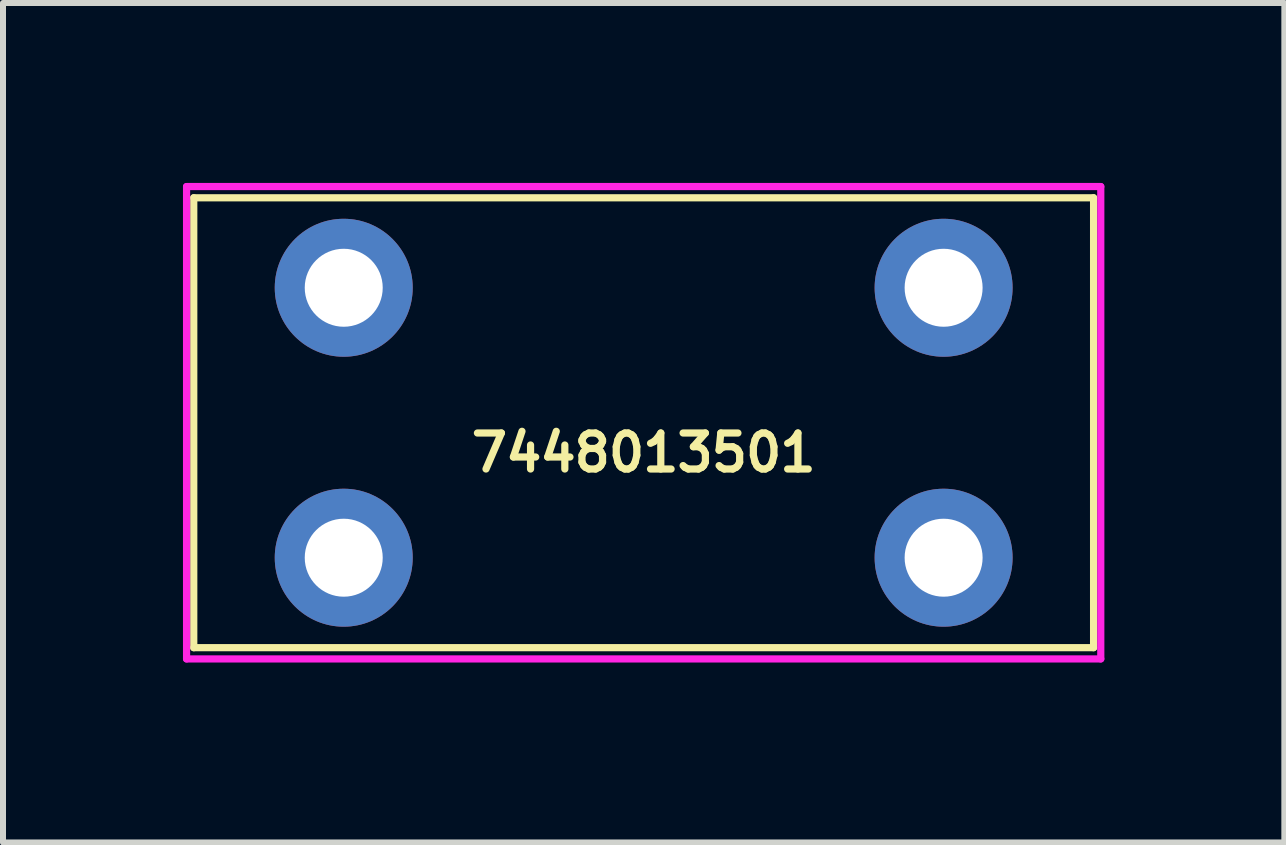
<source format=kicad_pcb>
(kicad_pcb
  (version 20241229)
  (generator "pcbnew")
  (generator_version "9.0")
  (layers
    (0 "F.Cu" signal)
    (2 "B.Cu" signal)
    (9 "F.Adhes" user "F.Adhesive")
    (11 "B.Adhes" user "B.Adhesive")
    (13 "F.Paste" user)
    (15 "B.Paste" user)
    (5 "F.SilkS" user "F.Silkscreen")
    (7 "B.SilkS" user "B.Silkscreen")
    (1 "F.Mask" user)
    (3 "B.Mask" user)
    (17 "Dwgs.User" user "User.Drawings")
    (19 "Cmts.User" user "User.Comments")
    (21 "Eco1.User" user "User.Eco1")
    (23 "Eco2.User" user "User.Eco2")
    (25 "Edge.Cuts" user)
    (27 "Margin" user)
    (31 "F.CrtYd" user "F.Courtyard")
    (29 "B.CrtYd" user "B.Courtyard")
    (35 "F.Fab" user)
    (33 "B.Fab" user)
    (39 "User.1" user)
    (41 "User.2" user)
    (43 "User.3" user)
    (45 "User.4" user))
  (footprint "7448013501"
    (layer "F.Cu")
    (at 7.68 3.997)
    (property "Reference" "7448013501" (at 0 0.5 0) (layer "F.SilkS") (effects (font (size 0.6 0.6) (thickness 0.12))))
    (attr through_hole)
    (fp_line (start -7.5 -3.75) (end 7.5 -3.75) (stroke (width 0.12) (type solid)) (layer "F.SilkS"))
    (fp_line (start -7.5 3.75) (end -7.5 -3.75) (stroke (width 0.12) (type solid)) (layer "F.SilkS"))
    (fp_line (start 7.5 -3.75) (end 7.5 3.75) (stroke (width 0.12) (type solid)) (layer "F.SilkS"))
    (fp_line (start 7.5 3.75) (end -7.5 3.75) (stroke (width 0.12) (type solid)) (layer "F.SilkS"))
    (fp_line (start -7.62 -3.937) (end 7.62 -3.937) (stroke (width 0.12) (type solid)) (layer "F.CrtYd"))
    (fp_line (start -7.62 3.937) (end -7.62 -3.937) (stroke (width 0.12) (type solid)) (layer "F.CrtYd"))
    (fp_line (start 7.62 -3.937) (end 7.62 3.937) (stroke (width 0.12) (type solid)) (layer "F.CrtYd"))
    (fp_line (start 7.62 3.937) (end -7.62 3.937) (stroke (width 0.12) (type solid)) (layer "F.CrtYd"))
    (pad "1" thru_hole circle (at 5 -2.25) (size 2.3 2.3) (drill 1.3) (layers "*.Cu" "*.Mask"))
    (pad "2" thru_hole circle (at -5 -2.25) (size 2.3 2.3) (drill 1.3) (layers "*.Cu" "*.Mask"))
    (pad "3" thru_hole circle (at -5 2.25) (size 2.3 2.3) (drill 1.3) (layers "*.Cu" "*.Mask"))
    (pad "4" thru_hole circle (at 5 2.25) (size 2.3 2.3) (drill 1.3) (layers "*.Cu" "*.Mask")))
  (gr_rect
    (start -3 -3)
    (end 18.36 10.994)
    (stroke (width 0.1) (type default))
    (fill no)
    (layer "Edge.Cuts")))
</source>
